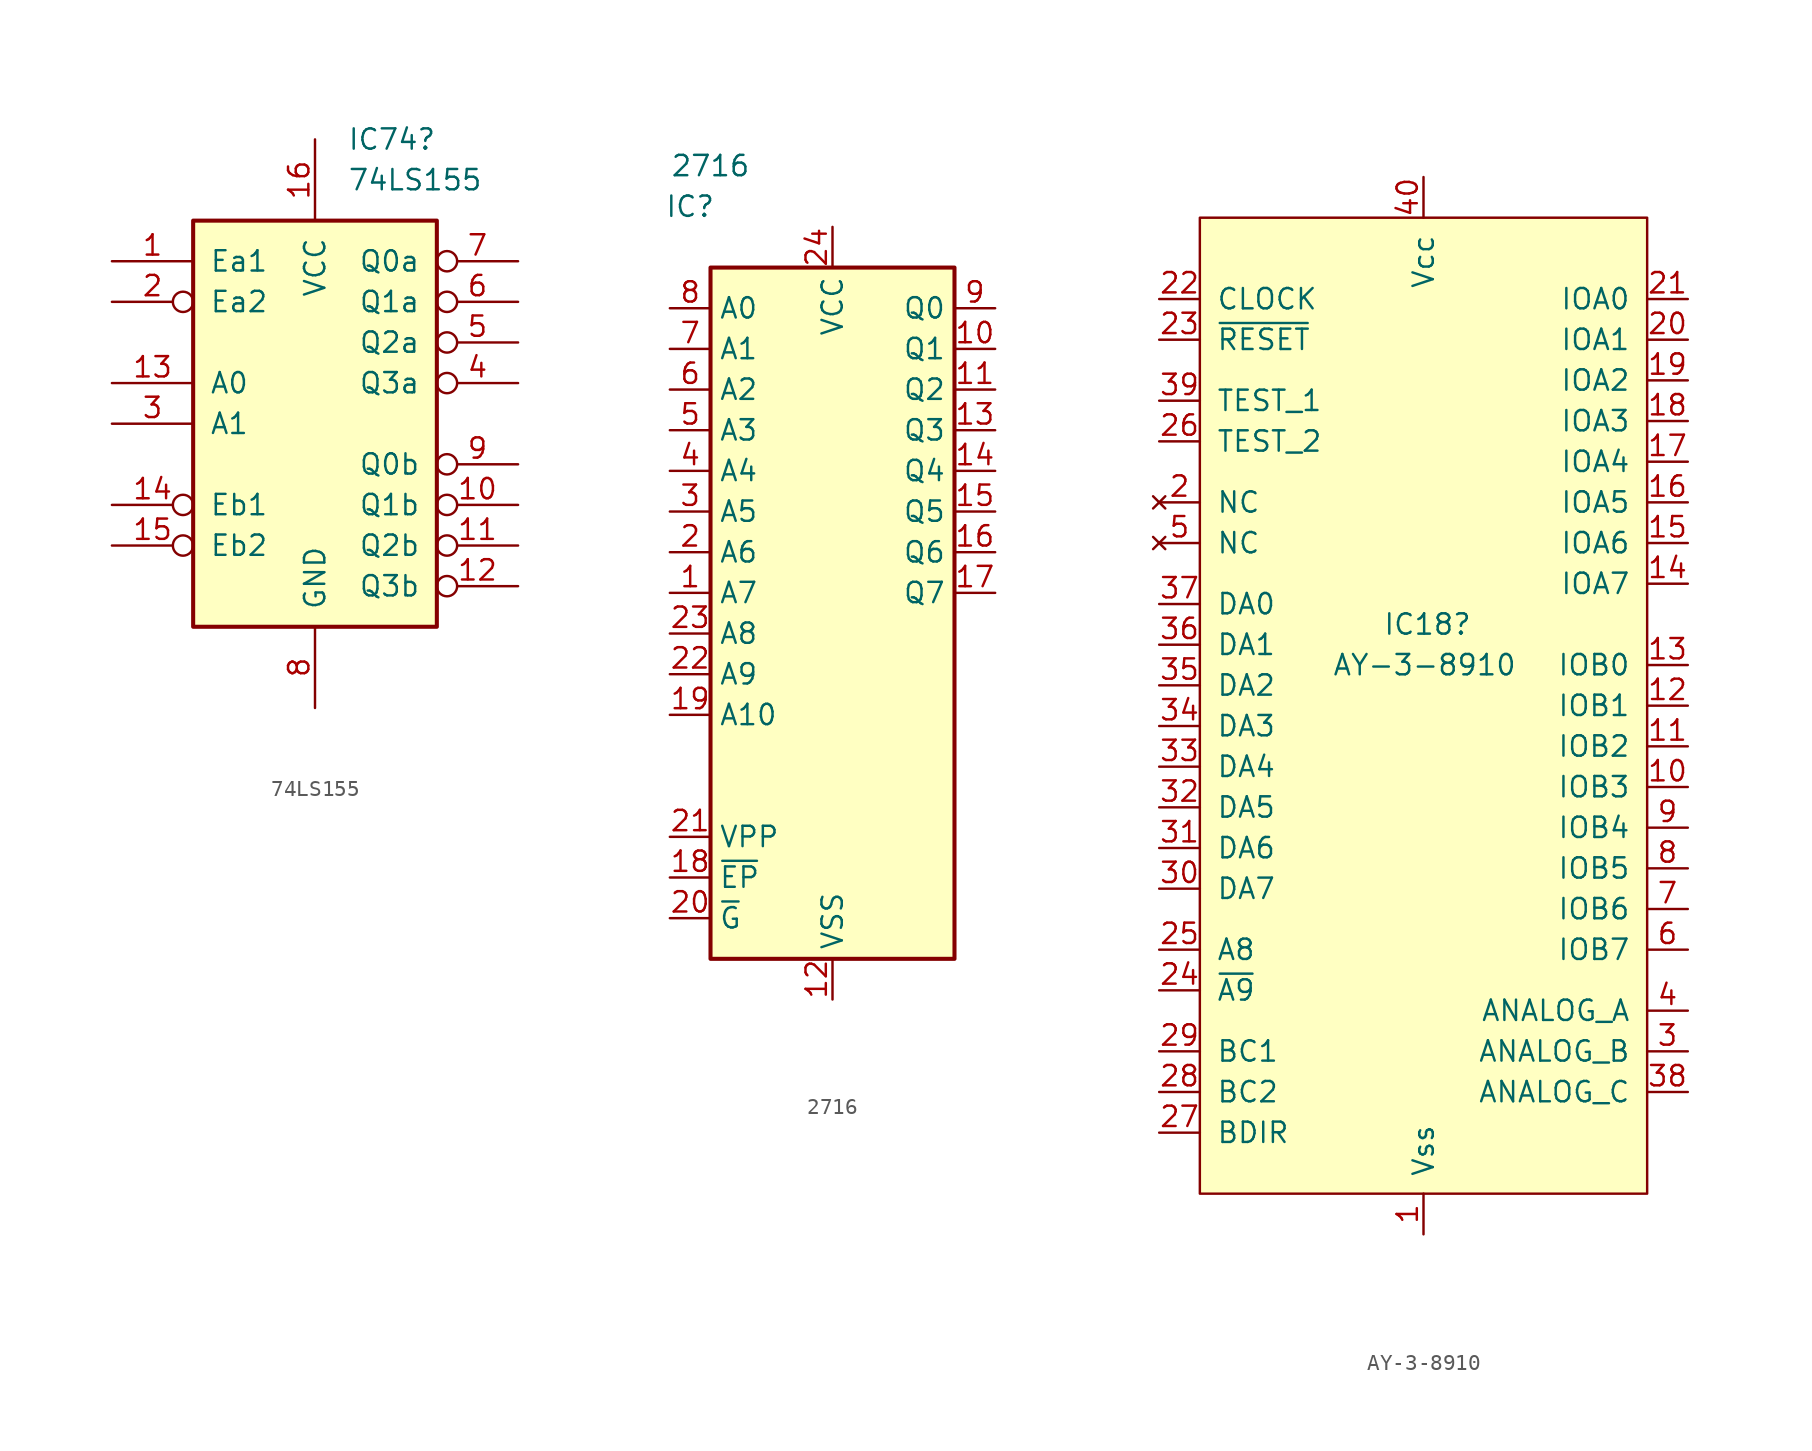
<source format=kicad_sym>
(kicad_symbol_lib
  (version 20211014)
  (generator kicad_symbol_editor)
  (symbol "74LS155"
    (pin_names
      (offset 1.016))
    (property "Reference" "IC74"
      (at 2.019 17.78 0)
      (effects (font (size 1.27 1.27)) (justify left)))
    (property "Value" "74LS155"
      (at 2.019 15.24 0)
      (effects (font (size 1.27 1.27)) (justify left)))
    (property "ki_locked" ""
      (at 0 0 0)
      (effects (font (size 1.27 1.27))))
    (symbol "74LS155_1_0"
      (pin input line (at -12.7 10.16 0) (length 5.08) (name "Ea1" (effects (font (size 1.27 1.27)))) (number "1" (effects (font (size 1.27 1.27)))))
      (pin output inverted (at 12.7 -5.08 180) (length 5.08) (name "Q1b" (effects (font (size 1.27 1.27)))) (number "10" (effects (font (size 1.27 1.27)))))
      (pin output inverted (at 12.7 -7.62 180) (length 5.08) (name "Q2b" (effects (font (size 1.27 1.27)))) (number "11" (effects (font (size 1.27 1.27)))))
      (pin output inverted (at 12.7 -10.16 180) (length 5.08) (name "Q3b" (effects (font (size 1.27 1.27)))) (number "12" (effects (font (size 1.27 1.27)))))
      (pin input line (at -12.7 2.54 0) (length 5.08) (name "A0" (effects (font (size 1.27 1.27)))) (number "13" (effects (font (size 1.27 1.27)))))
      (pin input inverted (at -12.7 -5.08 0) (length 5.08) (name "Eb1" (effects (font (size 1.27 1.27)))) (number "14" (effects (font (size 1.27 1.27)))))
      (pin input inverted (at -12.7 -7.62 0) (length 5.08) (name "Eb2" (effects (font (size 1.27 1.27)))) (number "15" (effects (font (size 1.27 1.27)))))
      (pin input line (at 0 17.78 270) (length 5.08) (name "VCC" (effects (font (size 1.27 1.27)))) (number "16" (effects (font (size 1.27 1.27)))))
      (pin input inverted (at -12.7 7.62 0) (length 5.08) (name "Ea2" (effects (font (size 1.27 1.27)))) (number "2" (effects (font (size 1.27 1.27)))))
      (pin input line (at -12.7 0 0) (length 5.08) (name "A1" (effects (font (size 1.27 1.27)))) (number "3" (effects (font (size 1.27 1.27)))))
      (pin output inverted (at 12.7 2.54 180) (length 5.08) (name "Q3a" (effects (font (size 1.27 1.27)))) (number "4" (effects (font (size 1.27 1.27)))))
      (pin output inverted (at 12.7 5.08 180) (length 5.08) (name "Q2a" (effects (font (size 1.27 1.27)))) (number "5" (effects (font (size 1.27 1.27)))))
      (pin output inverted (at 12.7 7.62 180) (length 5.08) (name "Q1a" (effects (font (size 1.27 1.27)))) (number "6" (effects (font (size 1.27 1.27)))))
      (pin output inverted (at 12.7 10.16 180) (length 5.08) (name "Q0a" (effects (font (size 1.27 1.27)))) (number "7" (effects (font (size 1.27 1.27)))))
      (pin power_in line (at 0 -17.78 90) (length 5.08) (name "GND" (effects (font (size 1.27 1.27)))) (number "8" (effects (font (size 1.27 1.27)))))
      (pin output inverted (at 12.7 -2.54 180) (length 5.08) (name "Q0b" (effects (font (size 1.27 1.27)))) (number "9" (effects (font (size 1.27 1.27))))))
    (symbol "74LS155_1_1"
      (rectangle (start -7.62 12.7) (end 7.62 -12.7) (stroke (width 0.254) (type default) (color 0 0 0 0)) (fill (type background)))))
  (symbol "2716"
    (property "Reference" "IC"
      (at 1.27 1.27 0)
      (effects (font (size 1.27 1.27))))
    (property "Value" "2716"
      (at 2.54 3.81 0)
      (effects (font (size 1.27 1.27))))
    (symbol "2716_1_1"
      (rectangle (start 2.54 -2.54) (end 17.78 -45.72) (stroke (width 0.254) (type default) (color 0 0 0 0)) (fill (type background)))
      (pin input line (at 0 -22.86 0) (length 2.54) (name "A7" (effects (font (size 1.27 1.27)))) (number "1" (effects (font (size 1.27 1.27)))))
      (pin tri_state line (at 20.32 -7.62 180) (length 2.54) (name "Q1" (effects (font (size 1.27 1.27)))) (number "10" (effects (font (size 1.27 1.27)))))
      (pin tri_state line (at 20.32 -10.16 180) (length 2.54) (name "Q2" (effects (font (size 1.27 1.27)))) (number "11" (effects (font (size 1.27 1.27)))))
      (pin power_in line (at 10.16 -48.26 90) (length 2.54) (name "VSS" (effects (font (size 1.27 1.27)))) (number "12" (effects (font (size 1.27 1.27)))))
      (pin tri_state line (at 20.32 -12.7 180) (length 2.54) (name "Q3" (effects (font (size 1.27 1.27)))) (number "13" (effects (font (size 1.27 1.27)))))
      (pin tri_state line (at 20.32 -15.24 180) (length 2.54) (name "Q4" (effects (font (size 1.27 1.27)))) (number "14" (effects (font (size 1.27 1.27)))))
      (pin tri_state line (at 20.32 -17.78 180) (length 2.54) (name "Q5" (effects (font (size 1.27 1.27)))) (number "15" (effects (font (size 1.27 1.27)))))
      (pin tri_state line (at 20.32 -20.32 180) (length 2.54) (name "Q6" (effects (font (size 1.27 1.27)))) (number "16" (effects (font (size 1.27 1.27)))))
      (pin tri_state line (at 20.32 -22.86 180) (length 2.54) (name "Q7" (effects (font (size 1.27 1.27)))) (number "17" (effects (font (size 1.27 1.27)))))
      (pin input line (at 0 -40.64 0) (length 2.54) (name "~{EP}" (effects (font (size 1.27 1.27)))) (number "18" (effects (font (size 1.27 1.27)))))
      (pin input line (at 0 -30.48 0) (length 2.54) (name "A10" (effects (font (size 1.27 1.27)))) (number "19" (effects (font (size 1.27 1.27)))))
      (pin input line (at 0 -20.32 0) (length 2.54) (name "A6" (effects (font (size 1.27 1.27)))) (number "2" (effects (font (size 1.27 1.27)))))
      (pin input line (at 0 -43.18 0) (length 2.54) (name "~{G}" (effects (font (size 1.27 1.27)))) (number "20" (effects (font (size 1.27 1.27)))))
      (pin power_in line (at 0 -38.1 0) (length 2.54) (name "VPP" (effects (font (size 1.27 1.27)))) (number "21" (effects (font (size 1.27 1.27)))))
      (pin input line (at 0 -27.94 0) (length 2.54) (name "A9" (effects (font (size 1.27 1.27)))) (number "22" (effects (font (size 1.27 1.27)))))
      (pin input line (at 0 -25.4 0) (length 2.54) (name "A8" (effects (font (size 1.27 1.27)))) (number "23" (effects (font (size 1.27 1.27)))))
      (pin power_in line (at 10.16 0 270) (length 2.54) (name "VCC" (effects (font (size 1.27 1.27)))) (number "24" (effects (font (size 1.27 1.27)))))
      (pin input line (at 0 -17.78 0) (length 2.54) (name "A5" (effects (font (size 1.27 1.27)))) (number "3" (effects (font (size 1.27 1.27)))))
      (pin input line (at 0 -15.24 0) (length 2.54) (name "A4" (effects (font (size 1.27 1.27)))) (number "4" (effects (font (size 1.27 1.27)))))
      (pin input line (at 0 -12.7 0) (length 2.54) (name "A3" (effects (font (size 1.27 1.27)))) (number "5" (effects (font (size 1.27 1.27)))))
      (pin input line (at 0 -10.16 0) (length 2.54) (name "A2" (effects (font (size 1.27 1.27)))) (number "6" (effects (font (size 1.27 1.27)))))
      (pin input line (at 0 -7.62 0) (length 2.54) (name "A1" (effects (font (size 1.27 1.27)))) (number "7" (effects (font (size 1.27 1.27)))))
      (pin input line (at 0 -5.08 0) (length 2.54) (name "A0" (effects (font (size 1.27 1.27)))) (number "8" (effects (font (size 1.27 1.27)))))
      (pin tri_state line (at 20.32 -5.08 180) (length 2.54) (name "Q0" (effects (font (size 1.27 1.27)))) (number "9" (effects (font (size 1.27 1.27)))))))
  (symbol "AY-3-8910"
    (pin_names
      (offset 1.016))
    (property "Reference" "IC18"
      (at -2.54 5.08 0)
      (effects (font (size 1.27 1.27)) (justify left)))
    (property "Value" "AY-3-8910"
      (at -5.715 2.54 0)
      (effects (font (size 1.27 1.27)) (justify left)))
    (symbol "AY-3-8910_0_0"
      (pin power_in line (at 0 -33.02 90) (length 2.54) (name "Vss" (effects (font (size 1.27 1.27)))) (number "1" (effects (font (size 1.27 1.27)))))
      (pin bidirectional line (at 16.51 -5.08 180) (length 2.54) (name "IOB3" (effects (font (size 1.27 1.27)))) (number "10" (effects (font (size 1.27 1.27)))))
      (pin bidirectional line (at 16.51 -2.54 180) (length 2.54) (name "IOB2" (effects (font (size 1.27 1.27)))) (number "11" (effects (font (size 1.27 1.27)))))
      (pin bidirectional line (at 16.51 0 180) (length 2.54) (name "IOB1" (effects (font (size 1.27 1.27)))) (number "12" (effects (font (size 1.27 1.27)))))
      (pin bidirectional line (at 16.51 2.54 180) (length 2.54) (name "IOB0" (effects (font (size 1.27 1.27)))) (number "13" (effects (font (size 1.27 1.27)))))
      (pin bidirectional line (at 16.51 7.62 180) (length 2.54) (name "IOA7" (effects (font (size 1.27 1.27)))) (number "14" (effects (font (size 1.27 1.27)))))
      (pin bidirectional line (at 16.51 10.16 180) (length 2.54) (name "IOA6" (effects (font (size 1.27 1.27)))) (number "15" (effects (font (size 1.27 1.27)))))
      (pin bidirectional line (at 16.51 12.7 180) (length 2.54) (name "IOA5" (effects (font (size 1.27 1.27)))) (number "16" (effects (font (size 1.27 1.27)))))
      (pin bidirectional line (at 16.51 15.24 180) (length 2.54) (name "IOA4" (effects (font (size 1.27 1.27)))) (number "17" (effects (font (size 1.27 1.27)))))
      (pin bidirectional line (at 16.51 17.78 180) (length 2.54) (name "IOA3" (effects (font (size 1.27 1.27)))) (number "18" (effects (font (size 1.27 1.27)))))
      (pin bidirectional line (at 16.51 20.32 180) (length 2.54) (name "IOA2" (effects (font (size 1.27 1.27)))) (number "19" (effects (font (size 1.27 1.27)))))
      (pin no_connect line (at -16.51 12.7 0) (length 2.54) (name "NC" (effects (font (size 1.27 1.27)))) (number "2" (effects (font (size 1.27 1.27)))))
      (pin bidirectional line (at 16.51 22.86 180) (length 2.54) (name "IOA1" (effects (font (size 1.27 1.27)))) (number "20" (effects (font (size 1.27 1.27)))))
      (pin bidirectional line (at 16.51 25.4 180) (length 2.54) (name "IOA0" (effects (font (size 1.27 1.27)))) (number "21" (effects (font (size 1.27 1.27)))))
      (pin input line (at -16.51 25.4 0) (length 2.54) (name "CLOCK" (effects (font (size 1.27 1.27)))) (number "22" (effects (font (size 1.27 1.27)))))
      (pin input line (at -16.51 22.86 0) (length 2.54) (name "~{RESET}" (effects (font (size 1.27 1.27)))) (number "23" (effects (font (size 1.27 1.27)))))
      (pin input line (at -16.51 -17.78 0) (length 2.54) (name "~{A9}" (effects (font (size 1.27 1.27)))) (number "24" (effects (font (size 1.27 1.27)))))
      (pin input line (at -16.51 -15.24 0) (length 2.54) (name "A8" (effects (font (size 1.27 1.27)))) (number "25" (effects (font (size 1.27 1.27)))))
      (pin input line (at -16.51 16.51 0) (length 2.54) (name "TEST_2" (effects (font (size 1.27 1.27)))) (number "26" (effects (font (size 1.27 1.27)))))
      (pin input line (at -16.51 -26.67 0) (length 2.54) (name "BDIR" (effects (font (size 1.27 1.27)))) (number "27" (effects (font (size 1.27 1.27)))))
      (pin input line (at -16.51 -24.13 0) (length 2.54) (name "BC2" (effects (font (size 1.27 1.27)))) (number "28" (effects (font (size 1.27 1.27)))))
      (pin input line (at -16.51 -21.59 0) (length 2.54) (name "BC1" (effects (font (size 1.27 1.27)))) (number "29" (effects (font (size 1.27 1.27)))))
      (pin open_emitter line (at 16.51 -21.59 180) (length 2.54) (name "ANALOG_B" (effects (font (size 1.27 1.27)))) (number "3" (effects (font (size 1.27 1.27)))))
      (pin bidirectional line (at -16.51 -11.43 0) (length 2.54) (name "DA7" (effects (font (size 1.27 1.27)))) (number "30" (effects (font (size 1.27 1.27)))))
      (pin bidirectional line (at -16.51 -8.89 0) (length 2.54) (name "DA6" (effects (font (size 1.27 1.27)))) (number "31" (effects (font (size 1.27 1.27)))))
      (pin bidirectional line (at -16.51 -6.35 0) (length 2.54) (name "DA5" (effects (font (size 1.27 1.27)))) (number "32" (effects (font (size 1.27 1.27)))))
      (pin bidirectional line (at -16.51 -3.81 0) (length 2.54) (name "DA4" (effects (font (size 1.27 1.27)))) (number "33" (effects (font (size 1.27 1.27)))))
      (pin bidirectional line (at -16.51 -1.27 0) (length 2.54) (name "DA3" (effects (font (size 1.27 1.27)))) (number "34" (effects (font (size 1.27 1.27)))))
      (pin bidirectional line (at -16.51 1.27 0) (length 2.54) (name "DA2" (effects (font (size 1.27 1.27)))) (number "35" (effects (font (size 1.27 1.27)))))
      (pin bidirectional line (at -16.51 3.81 0) (length 2.54) (name "DA1" (effects (font (size 1.27 1.27)))) (number "36" (effects (font (size 1.27 1.27)))))
      (pin bidirectional line (at -16.51 6.35 0) (length 2.54) (name "DA0" (effects (font (size 1.27 1.27)))) (number "37" (effects (font (size 1.27 1.27)))))
      (pin open_emitter line (at 16.51 -24.13 180) (length 2.54) (name "ANALOG_C" (effects (font (size 1.27 1.27)))) (number "38" (effects (font (size 1.27 1.27)))))
      (pin input line (at -16.51 19.05 0) (length 2.54) (name "TEST_1" (effects (font (size 1.27 1.27)))) (number "39" (effects (font (size 1.27 1.27)))))
      (pin open_emitter line (at 16.51 -19.05 180) (length 2.54) (name "ANALOG_A" (effects (font (size 1.27 1.27)))) (number "4" (effects (font (size 1.27 1.27)))))
      (pin power_in line (at 0 33.02 270) (length 2.54) (name "Vcc" (effects (font (size 1.27 1.27)))) (number "40" (effects (font (size 1.27 1.27)))))
      (pin no_connect line (at -16.51 10.16 0) (length 2.54) (name "NC" (effects (font (size 1.27 1.27)))) (number "5" (effects (font (size 1.27 1.27)))))
      (pin bidirectional line (at 16.51 -15.24 180) (length 2.54) (name "IOB7" (effects (font (size 1.27 1.27)))) (number "6" (effects (font (size 1.27 1.27)))))
      (pin bidirectional line (at 16.51 -12.7 180) (length 2.54) (name "IOB6" (effects (font (size 1.27 1.27)))) (number "7" (effects (font (size 1.27 1.27)))))
      (pin bidirectional line (at 16.51 -10.16 180) (length 2.54) (name "IOB5" (effects (font (size 1.27 1.27)))) (number "8" (effects (font (size 1.27 1.27)))))
      (pin bidirectional line (at 16.51 -7.62 180) (length 2.54) (name "IOB4" (effects (font (size 1.27 1.27)))) (number "9" (effects (font (size 1.27 1.27))))))
    (symbol "AY-3-8910_0_1"
      (rectangle (start -13.97 30.48) (end 13.97 -30.48) (stroke (width 0) (type default) (color 0 0 0 0)) (fill (type background))))))
</source>
